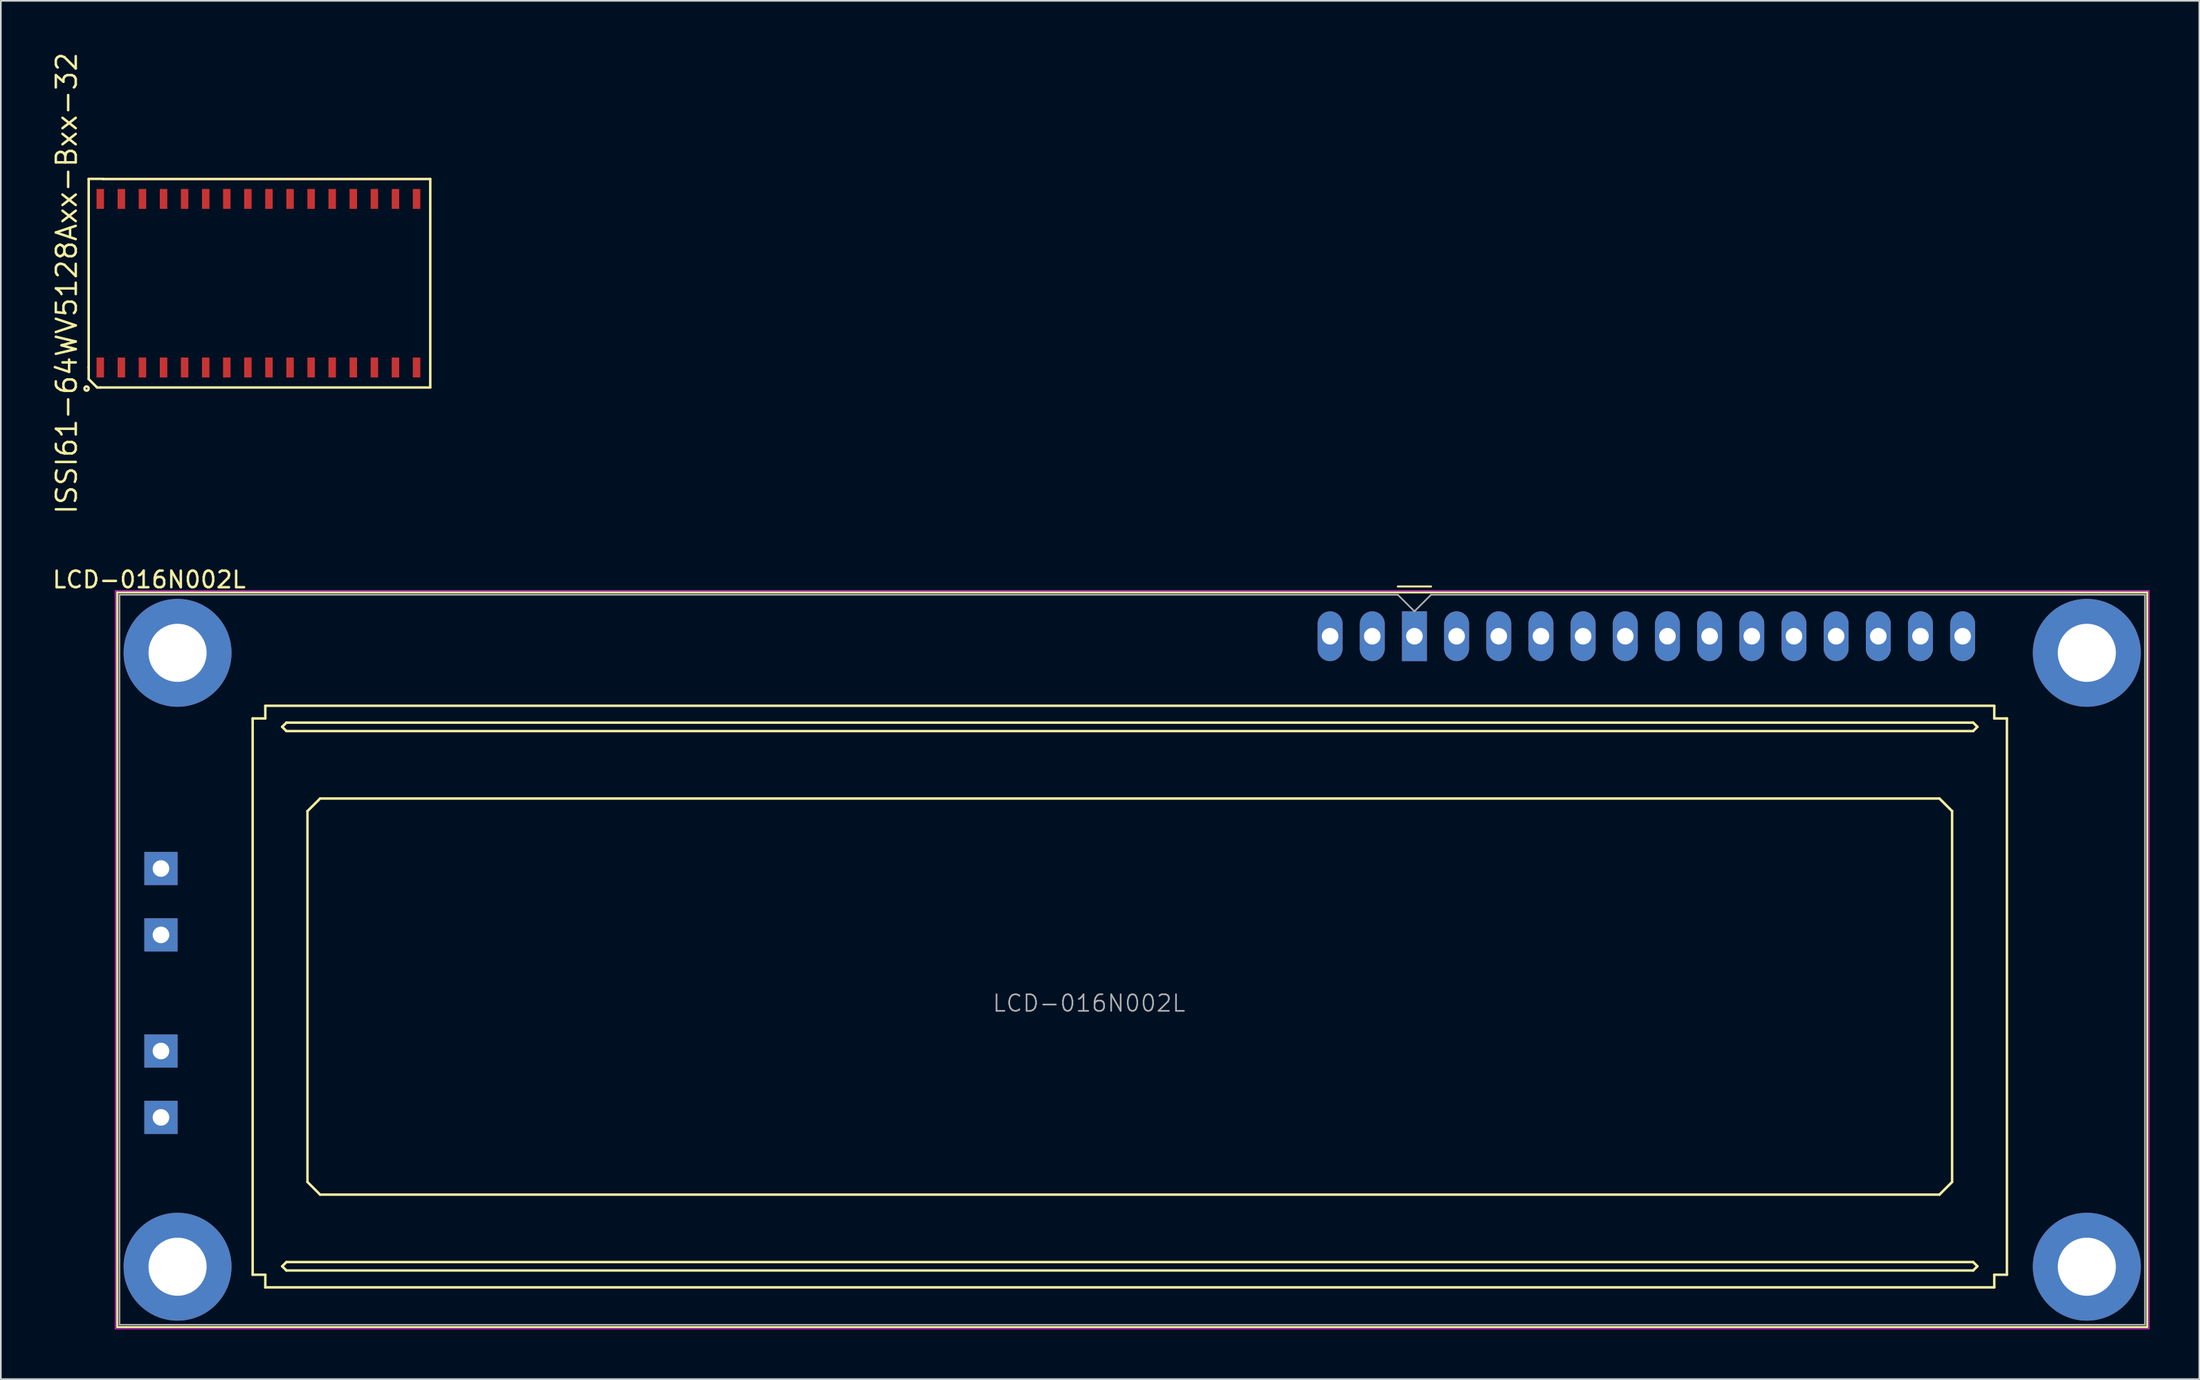
<source format=kicad_pcb>
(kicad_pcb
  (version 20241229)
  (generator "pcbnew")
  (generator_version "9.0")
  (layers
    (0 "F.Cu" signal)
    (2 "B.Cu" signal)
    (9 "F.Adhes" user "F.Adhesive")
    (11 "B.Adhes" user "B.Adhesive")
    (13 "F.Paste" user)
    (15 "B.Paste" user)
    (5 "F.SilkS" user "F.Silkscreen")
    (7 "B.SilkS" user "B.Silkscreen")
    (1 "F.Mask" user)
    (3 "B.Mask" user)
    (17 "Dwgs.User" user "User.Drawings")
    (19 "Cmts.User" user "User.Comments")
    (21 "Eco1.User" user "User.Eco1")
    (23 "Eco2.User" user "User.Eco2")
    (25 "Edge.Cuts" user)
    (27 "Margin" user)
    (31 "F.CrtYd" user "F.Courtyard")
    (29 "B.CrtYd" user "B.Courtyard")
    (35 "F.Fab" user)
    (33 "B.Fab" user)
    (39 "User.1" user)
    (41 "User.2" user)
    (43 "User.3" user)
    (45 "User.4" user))
  (footprint "LCD-016N002L"
    (layer "F.Cu")
    (at 82.145 35.297)
    (property "Reference" "LCD-016N002L" (at -76.21 -3.41 180) (layer "F.SilkS") (effects (font (size 1 1) (thickness 0.15))))
    (attr through_hole)
    (fp_line (start -78.14 -2.64) (end -78.14 41.64) (stroke (width 0.12) (type solid)) (layer "F.SilkS"))
    (fp_line (start -78.14 41.64) (end 44.14 41.64) (stroke (width 0.12) (type solid)) (layer "F.SilkS"))
    (fp_line (start -69.977 4.953) (end -69.977 38.481) (stroke (width 0.15) (type solid)) (layer "F.SilkS"))
    (fp_line (start -69.215 4.191) (end -69.215 4.953) (stroke (width 0.15) (type solid)) (layer "F.SilkS"))
    (fp_line (start -69.215 4.953) (end -69.977 4.953) (stroke (width 0.15) (type solid)) (layer "F.SilkS"))
    (fp_line (start -69.215 38.481) (end -69.977 38.481) (stroke (width 0.15) (type solid)) (layer "F.SilkS"))
    (fp_line (start -69.215 39.243) (end -69.215 38.481) (stroke (width 0.15) (type solid)) (layer "F.SilkS"))
    (fp_line (start -69.215 39.243) (end 34.925 39.243) (stroke (width 0.15) (type solid)) (layer "F.SilkS"))
    (fp_line (start -68.199 5.461) (end -67.945 5.715) (stroke (width 0.15) (type solid)) (layer "F.SilkS"))
    (fp_line (start -68.199 37.973) (end -67.945 38.227) (stroke (width 0.15) (type solid)) (layer "F.SilkS"))
    (fp_line (start -67.945 5.207) (end -68.199 5.461) (stroke (width 0.15) (type solid)) (layer "F.SilkS"))
    (fp_line (start -67.945 5.715) (end 33.655 5.715) (stroke (width 0.15) (type solid)) (layer "F.SilkS"))
    (fp_line (start -67.945 37.719) (end -68.199 37.973) (stroke (width 0.15) (type solid)) (layer "F.SilkS"))
    (fp_line (start -67.945 38.227) (end 33.655 38.227) (stroke (width 0.15) (type solid)) (layer "F.SilkS"))
    (fp_line (start -66.675 10.541) (end -65.913 9.779) (stroke (width 0.15) (type solid)) (layer "F.SilkS"))
    (fp_line (start -66.675 32.893) (end -66.675 10.541) (stroke (width 0.15) (type solid)) (layer "F.SilkS"))
    (fp_line (start -65.913 9.779) (end 31.623 9.779) (stroke (width 0.15) (type solid)) (layer "F.SilkS"))
    (fp_line (start -65.913 33.655) (end -66.675 32.893) (stroke (width 0.15) (type solid)) (layer "F.SilkS"))
    (fp_line (start -1 -3) (end 1 -3) (stroke (width 0.12) (type solid)) (layer "F.SilkS"))
    (fp_line (start 31.623 9.779) (end 32.385 10.541) (stroke (width 0.15) (type solid)) (layer "F.SilkS"))
    (fp_line (start 31.623 33.655) (end -65.913 33.655) (stroke (width 0.15) (type solid)) (layer "F.SilkS"))
    (fp_line (start 32.385 10.541) (end 32.385 32.893) (stroke (width 0.15) (type solid)) (layer "F.SilkS"))
    (fp_line (start 32.385 32.893) (end 31.623 33.655) (stroke (width 0.15) (type solid)) (layer "F.SilkS"))
    (fp_line (start 33.655 5.207) (end -67.945 5.207) (stroke (width 0.15) (type solid)) (layer "F.SilkS"))
    (fp_line (start 33.655 5.207) (end 33.909 5.461) (stroke (width 0.15) (type solid)) (layer "F.SilkS"))
    (fp_line (start 33.655 37.719) (end -67.945 37.719) (stroke (width 0.15) (type solid)) (layer "F.SilkS"))
    (fp_line (start 33.655 38.227) (end 33.909 37.973) (stroke (width 0.15) (type solid)) (layer "F.SilkS"))
    (fp_line (start 33.909 5.461) (end 33.655 5.715) (stroke (width 0.15) (type solid)) (layer "F.SilkS"))
    (fp_line (start 33.909 37.973) (end 33.655 37.719) (stroke (width 0.15) (type solid)) (layer "F.SilkS"))
    (fp_line (start 34.925 4.191) (end -69.215 4.191) (stroke (width 0.15) (type solid)) (layer "F.SilkS"))
    (fp_line (start 34.925 4.191) (end 34.925 4.953) (stroke (width 0.15) (type solid)) (layer "F.SilkS"))
    (fp_line (start 34.925 4.953) (end 35.687 4.953) (stroke (width 0.15) (type solid)) (layer "F.SilkS"))
    (fp_line (start 34.925 38.481) (end 34.925 39.243) (stroke (width 0.15) (type solid)) (layer "F.SilkS"))
    (fp_line (start 35.687 38.481) (end 34.925 38.481) (stroke (width 0.15) (type solid)) (layer "F.SilkS"))
    (fp_line (start 35.687 38.481) (end 35.687 4.953) (stroke (width 0.15) (type solid)) (layer "F.SilkS"))
    (fp_line (start 44.14 -2.64) (end -78.14 -2.64) (stroke (width 0.12) (type solid)) (layer "F.SilkS"))
    (fp_line (start 44.14 -2.64) (end 44.14 41.64) (stroke (width 0.12) (type solid)) (layer "F.SilkS"))
    (fp_line (start -78.25 -2.75) (end -78.25 41.75) (stroke (width 0.05) (type solid)) (layer "F.CrtYd"))
    (fp_line (start -78.25 -2.75) (end 44.25 -2.75) (stroke (width 0.05) (type solid)) (layer "F.CrtYd"))
    (fp_line (start -78.25 41.75) (end 44.25 41.75) (stroke (width 0.05) (type solid)) (layer "F.CrtYd"))
    (fp_line (start 44.25 -2.75) (end 44.25 41.75) (stroke (width 0.05) (type solid)) (layer "F.CrtYd"))
    (fp_line (start -78 -2.5) (end -1 -2.5) (stroke (width 0.1) (type solid)) (layer "F.Fab"))
    (fp_line (start -78 41.5) (end -78 -2.5) (stroke (width 0.1) (type solid)) (layer "F.Fab"))
    (fp_line (start 0 -1.5) (end -1 -2.5) (stroke (width 0.1) (type solid)) (layer "F.Fab"))
    (fp_line (start 1 -2.5) (end 0 -1.5) (stroke (width 0.1) (type solid)) (layer "F.Fab"))
    (fp_line (start 1 -2.5) (end 44 -2.5) (stroke (width 0.1) (type solid)) (layer "F.Fab"))
    (fp_line (start 44 -2.5) (end 44 41.5) (stroke (width 0.1) (type solid)) (layer "F.Fab"))
    (fp_line (start 44 41.5) (end -78 41.5) (stroke (width 0.1) (type solid)) (layer "F.Fab"))
    (fp_text user "${REFERENCE}" (at -19.6 22.12 0) (layer "F.Fab") (effects (font (size 1 1) (thickness 0.1))))
    (pad "" thru_hole circle (at -74.5 1 180) (size 6.5 6.5) (drill 3.5) (layers "*.Cu" "*.Mask"))
    (pad "" thru_hole circle (at -74.5 38 180) (size 6.5 6.5) (drill 3.5) (layers "*.Cu" "*.Mask"))
    (pad "" thru_hole circle (at 40.5 1 180) (size 6.5 6.5) (drill 3.5) (layers "*.Cu" "*.Mask"))
    (pad "" thru_hole circle (at 40.5 38 180) (size 6.5 6.5) (drill 3.5) (layers "*.Cu" "*.Mask"))
    (pad "1" thru_hole rect (at 0 0 180) (size 1.5 3) (drill 1) (layers "*.Cu" "*.Mask"))
    (pad "2" thru_hole oval (at 2.54 0 180) (size 1.5 3) (drill 1) (layers "*.Cu" "*.Mask"))
    (pad "3" thru_hole oval (at 5.08 0 180) (size 1.5 3) (drill 1) (layers "*.Cu" "*.Mask"))
    (pad "4" thru_hole oval (at 7.62 0 180) (size 1.5 3) (drill 1) (layers "*.Cu" "*.Mask"))
    (pad "5" thru_hole oval (at 10.16 0 180) (size 1.5 3) (drill 1) (layers "*.Cu" "*.Mask"))
    (pad "6" thru_hole oval (at 12.7 0 180) (size 1.5 3) (drill 1) (layers "*.Cu" "*.Mask"))
    (pad "7" thru_hole oval (at 15.24 0 180) (size 1.5 3) (drill 1) (layers "*.Cu" "*.Mask"))
    (pad "8" thru_hole oval (at 17.78 0 180) (size 1.5 3) (drill 1) (layers "*.Cu" "*.Mask"))
    (pad "9" thru_hole oval (at 20.32 0 180) (size 1.5 3) (drill 1) (layers "*.Cu" "*.Mask"))
    (pad "10" thru_hole oval (at 22.86 0 180) (size 1.5 3) (drill 1) (layers "*.Cu" "*.Mask"))
    (pad "11" thru_hole oval (at 25.4 0 180) (size 1.5 3) (drill 1) (layers "*.Cu" "*.Mask"))
    (pad "12" thru_hole oval (at 27.94 0 180) (size 1.5 3) (drill 1) (layers "*.Cu" "*.Mask"))
    (pad "13" thru_hole oval (at 30.48 0 180) (size 1.5 3) (drill 1) (layers "*.Cu" "*.Mask"))
    (pad "14" thru_hole oval (at 33.02 0 180) (size 1.5 3) (drill 1) (layers "*.Cu" "*.Mask"))
    (pad "15" thru_hole oval (at -2.54 0 180) (size 1.5 3) (drill 1) (layers "*.Cu" "*.Mask"))
    (pad "16" thru_hole oval (at -5.08 0 180) (size 1.5 3) (drill 1) (layers "*.Cu" "*.Mask"))
    (pad "A1" thru_hole rect (at -75.5 14 180) (size 2 2) (drill 1) (layers "*.Cu" "*.Mask"))
    (pad "A2" thru_hole rect (at -75.5 25 180) (size 2 2) (drill 1) (layers "*.Cu" "*.Mask"))
    (pad "K1" thru_hole rect (at -75.5 18 180) (size 2 2) (drill 1) (layers "*.Cu" "*.Mask"))
    (pad "K2" thru_hole rect (at -75.5 29 180) (size 2 2) (drill 1) (layers "*.Cu" "*.Mask")))
  (footprint "ISSI61-64WV5128Axx-Bxx-32"
    (layer "F.Cu")
    (at 12.515 14.019)
    (property "Reference" "ISSI61-64WV5128Axx-Bxx-32" (at -11.55 0 90) (layer "F.SilkS") (effects (font (size 1.2 1.2) (thickness 0.15))))
    (attr through_hole)
    (fp_line (start -10.223 -6.287) (end -10.223 5.08) (stroke (width 0.15) (type solid)) (layer "F.SilkS"))
    (fp_line (start -10.223 -6.287) (end -9.335 -6.287) (stroke (width 0.15) (type solid)) (layer "F.SilkS"))
    (fp_line (start -10.223 5.08) (end -10.223 5.779) (stroke (width 0.15) (type solid)) (layer "F.SilkS"))
    (fp_line (start -10.223 5.779) (end -9.716 6.287) (stroke (width 0.15) (type solid)) (layer "F.SilkS"))
    (fp_line (start -9.716 6.287) (end -9.525 6.287) (stroke (width 0.15) (type solid)) (layer "F.SilkS"))
    (fp_line (start -9.525 6.287) (end 10.351 6.287) (stroke (width 0.15) (type solid)) (layer "F.SilkS"))
    (fp_line (start 10.35 -6.28) (end -9.35 -6.28) (stroke (width 0.15) (type solid)) (layer "F.SilkS"))
    (fp_line (start 10.35 6.28) (end 10.35 -6.28) (stroke (width 0.15) (type solid)) (layer "F.SilkS"))
    (fp_circle (center -10.351 6.35) (end -10.351 6.223) (stroke (width 0.15) (type solid)) (fill no) (layer "F.SilkS"))
    (pad "1" smd rect (at -9.525 5.08) (size 0.45 1.2) (layers "F.Cu" "F.Mask" "F.Paste"))
    (pad "2" smd rect (at -8.255 5.08) (size 0.45 1.2) (layers "F.Cu" "F.Mask" "F.Paste"))
    (pad "3" smd rect (at -6.985 5.08) (size 0.45 1.2) (layers "F.Cu" "F.Mask" "F.Paste"))
    (pad "4" smd rect (at -5.715 5.08) (size 0.45 1.2) (layers "F.Cu" "F.Mask" "F.Paste"))
    (pad "5" smd rect (at -4.445 5.08) (size 0.45 1.2) (layers "F.Cu" "F.Mask" "F.Paste"))
    (pad "6" smd rect (at -3.175 5.08) (size 0.45 1.2) (layers "F.Cu" "F.Mask" "F.Paste"))
    (pad "7" smd rect (at -1.905 5.08) (size 0.45 1.2) (layers "F.Cu" "F.Mask" "F.Paste"))
    (pad "8" smd rect (at -0.635 5.08) (size 0.45 1.2) (layers "F.Cu" "F.Mask" "F.Paste"))
    (pad "9" smd rect (at 0.635 5.08) (size 0.45 1.2) (layers "F.Cu" "F.Mask" "F.Paste"))
    (pad "10" smd rect (at 1.905 5.08) (size 0.45 1.2) (layers "F.Cu" "F.Mask" "F.Paste"))
    (pad "11" smd rect (at 3.175 5.08) (size 0.45 1.2) (layers "F.Cu" "F.Mask" "F.Paste"))
    (pad "12" smd rect (at 4.445 5.08) (size 0.45 1.2) (layers "F.Cu" "F.Mask" "F.Paste"))
    (pad "13" smd rect (at 5.715 5.08) (size 0.45 1.2) (layers "F.Cu" "F.Mask" "F.Paste"))
    (pad "14" smd rect (at 6.985 5.08) (size 0.45 1.2) (layers "F.Cu" "F.Mask" "F.Paste"))
    (pad "15" smd rect (at 8.255 5.08) (size 0.45 1.2) (layers "F.Cu" "F.Mask" "F.Paste"))
    (pad "16" smd rect (at 9.525 5.08) (size 0.45 1.2) (layers "F.Cu" "F.Mask" "F.Paste"))
    (pad "17" smd rect (at 9.525 -5.08) (size 0.45 1.2) (layers "F.Cu" "F.Mask" "F.Paste"))
    (pad "18" smd rect (at 8.255 -5.08) (size 0.45 1.2) (layers "F.Cu" "F.Mask" "F.Paste"))
    (pad "19" smd rect (at 6.985 -5.08) (size 0.45 1.2) (layers "F.Cu" "F.Mask" "F.Paste"))
    (pad "20" smd rect (at 5.715 -5.08) (size 0.45 1.2) (layers "F.Cu" "F.Mask" "F.Paste"))
    (pad "21" smd rect (at 4.445 -5.08) (size 0.45 1.2) (layers "F.Cu" "F.Mask" "F.Paste"))
    (pad "22" smd rect (at 3.175 -5.08) (size 0.45 1.2) (layers "F.Cu" "F.Mask" "F.Paste"))
    (pad "23" smd rect (at 1.905 -5.08) (size 0.45 1.2) (layers "F.Cu" "F.Mask" "F.Paste"))
    (pad "24" smd rect (at 0.635 -5.08) (size 0.45 1.2) (layers "F.Cu" "F.Mask" "F.Paste"))
    (pad "25" smd rect (at -0.635 -5.08) (size 0.45 1.2) (layers "F.Cu" "F.Mask" "F.Paste"))
    (pad "26" smd rect (at -1.905 -5.08) (size 0.45 1.2) (layers "F.Cu" "F.Mask" "F.Paste"))
    (pad "27" smd rect (at -3.175 -5.08) (size 0.45 1.2) (layers "F.Cu" "F.Mask" "F.Paste"))
    (pad "28" smd rect (at -4.445 -5.08) (size 0.45 1.2) (layers "F.Cu" "F.Mask" "F.Paste"))
    (pad "29" smd rect (at -5.715 -5.08) (size 0.45 1.2) (layers "F.Cu" "F.Mask" "F.Paste"))
    (pad "30" smd rect (at -6.985 -5.08) (size 0.45 1.2) (layers "F.Cu" "F.Mask" "F.Paste"))
    (pad "31" smd rect (at -8.255 -5.08) (size 0.45 1.2) (layers "F.Cu" "F.Mask" "F.Paste"))
    (pad "32" smd rect (at -9.525 -5.08) (size 0.45 1.2) (layers "F.Cu" "F.Mask" "F.Paste")))
  (gr_rect
    (start -3 -3)
    (end 129.42 80.072)
    (stroke (width 0.1) (type default))
    (fill no)
    (layer "Edge.Cuts")))
</source>
